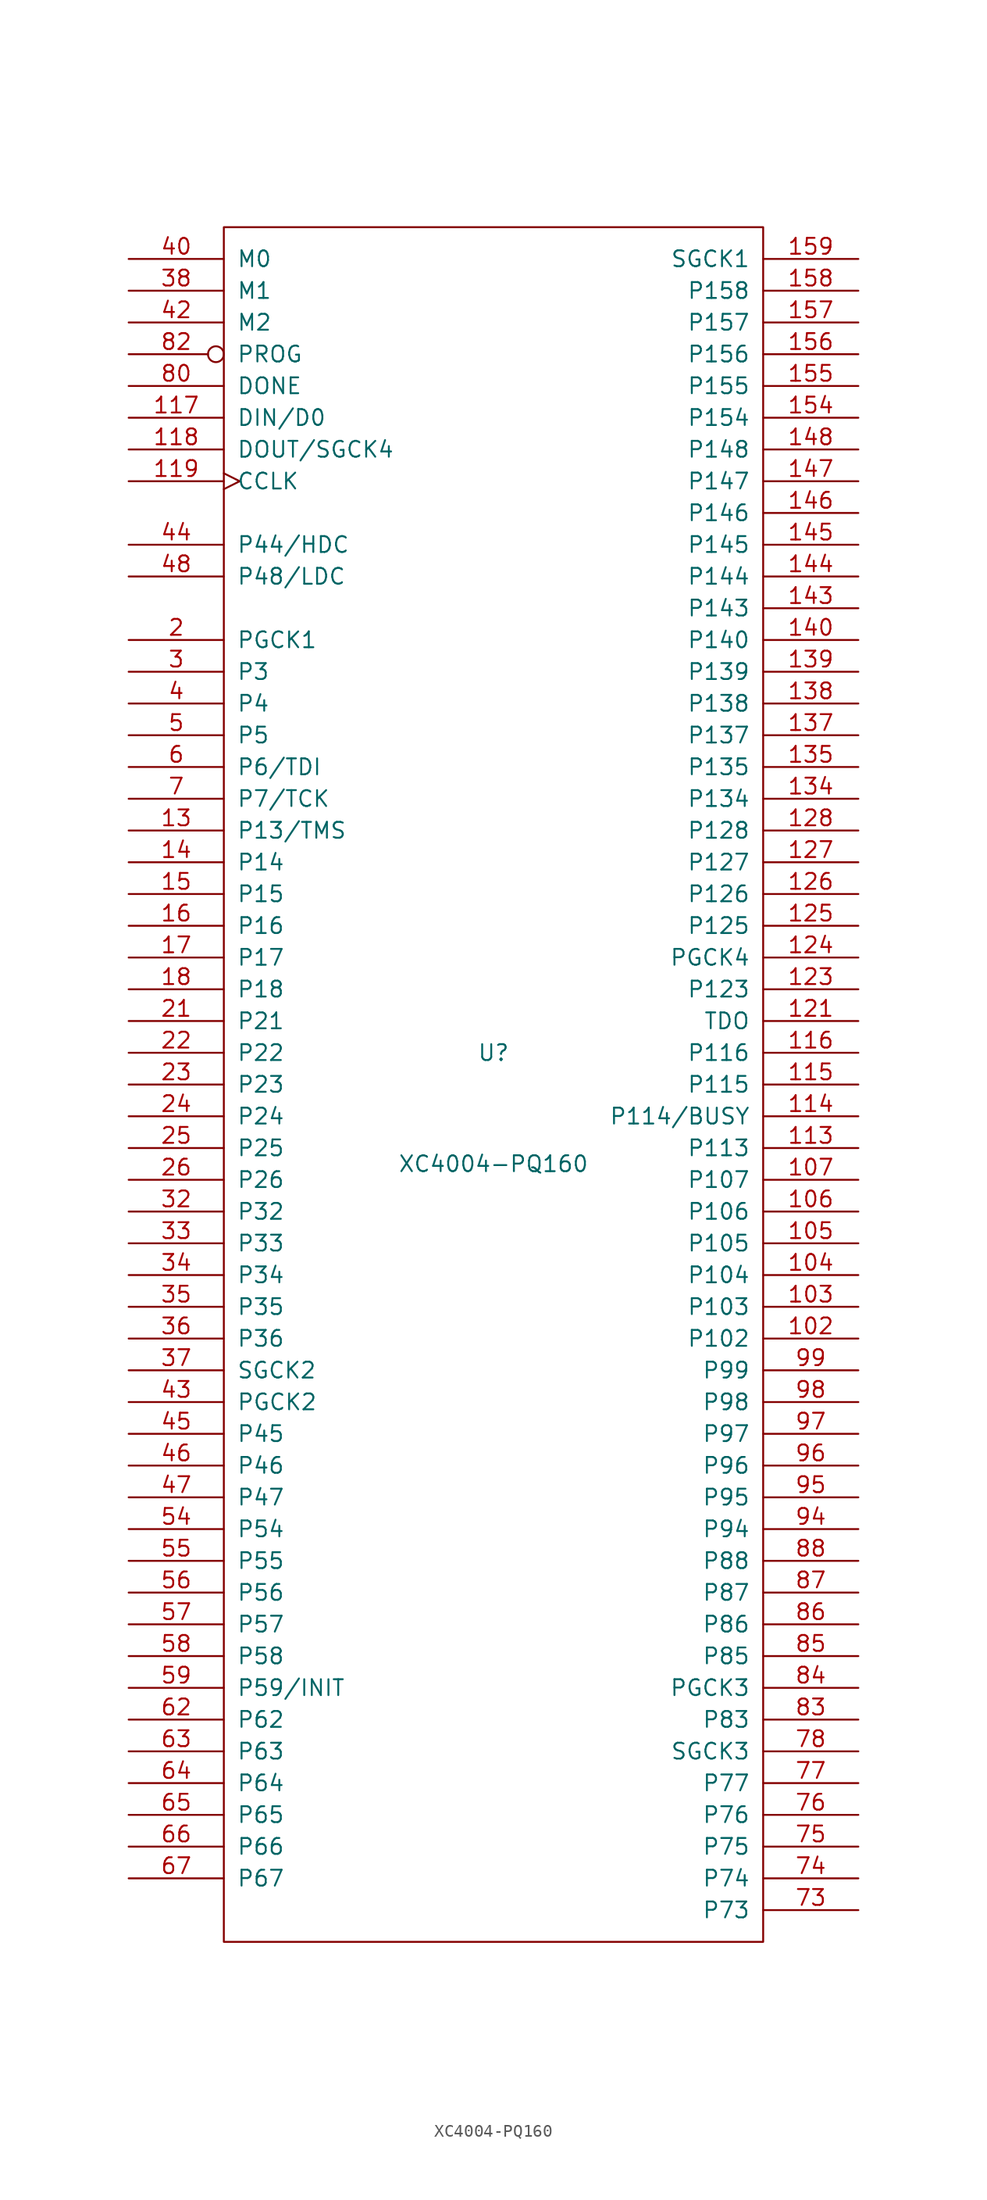
<source format=kicad_sym>
(kicad_symbol_lib
  (version 20211014)
  (generator kicad_symbol_editor)
  (symbol "XC4004-PQ160"
    (pin_names
      (offset 1.016))
    (property "Reference" "U"
      (at 0 2.54 0)
      (effects (font (size 1.27 1.27))))
    (property "Value" "XC4004-PQ160"
      (at 0 -6.35 0)
      (effects (font (size 1.27 1.27))))
    (symbol "XC4004-PQ160_0_1"
      (rectangle (start -21.59 -68.58) (end 21.59 68.58) (stroke (width 0) (type default) (color 0 0 0 0)) (fill (type none))))
    (symbol "XC4004-PQ160_1_1"
      (pin power_in line (at -19.05 -68.58 90) (length 0) hide (name "GND" (effects (font (size 1.27 1.27)))) (number "1" (effects (font (size 1.27 1.27)))))
      (pin power_in line (at -16.51 -68.58 90) (length 0) hide (name "GND" (effects (font (size 1.27 1.27)))) (number "10" (effects (font (size 1.27 1.27)))))
      (pin power_in line (at 2.54 68.58 270) (length 0) hide (name "VCC" (effects (font (size 1.27 1.27)))) (number "100" (effects (font (size 1.27 1.27)))))
      (pin power_in line (at 6.35 -68.58 90) (length 0) hide (name "GND" (effects (font (size 1.27 1.27)))) (number "101" (effects (font (size 1.27 1.27)))))
      (pin bidirectional line (at 29.21 -20.32 180) (length 7.62) (name "P102" (effects (font (size 1.27 1.27)))) (number "102" (effects (font (size 1.27 1.27)))))
      (pin bidirectional line (at 29.21 -17.78 180) (length 7.62) (name "P103" (effects (font (size 1.27 1.27)))) (number "103" (effects (font (size 1.27 1.27)))))
      (pin bidirectional line (at 29.21 -15.24 180) (length 7.62) (name "P104" (effects (font (size 1.27 1.27)))) (number "104" (effects (font (size 1.27 1.27)))))
      (pin bidirectional line (at 29.21 -12.7 180) (length 7.62) (name "P105" (effects (font (size 1.27 1.27)))) (number "105" (effects (font (size 1.27 1.27)))))
      (pin bidirectional line (at 29.21 -10.16 180) (length 7.62) (name "P106" (effects (font (size 1.27 1.27)))) (number "106" (effects (font (size 1.27 1.27)))))
      (pin bidirectional line (at 29.21 -7.62 180) (length 7.62) (name "P107" (effects (font (size 1.27 1.27)))) (number "107" (effects (font (size 1.27 1.27)))))
      (pin power_in line (at 8.89 -68.58 90) (length 0) hide (name "GND" (effects (font (size 1.27 1.27)))) (number "110" (effects (font (size 1.27 1.27)))))
      (pin bidirectional line (at 29.21 -5.08 180) (length 7.62) (name "P113" (effects (font (size 1.27 1.27)))) (number "113" (effects (font (size 1.27 1.27)))))
      (pin bidirectional line (at 29.21 -2.54 180) (length 7.62) (name "P114/BUSY" (effects (font (size 1.27 1.27)))) (number "114" (effects (font (size 1.27 1.27)))))
      (pin bidirectional line (at 29.21 0 180) (length 7.62) (name "P115" (effects (font (size 1.27 1.27)))) (number "115" (effects (font (size 1.27 1.27)))))
      (pin bidirectional line (at 29.21 2.54 180) (length 7.62) (name "P116" (effects (font (size 1.27 1.27)))) (number "116" (effects (font (size 1.27 1.27)))))
      (pin bidirectional line (at -29.21 53.34 0) (length 7.62) (name "DIN/D0" (effects (font (size 1.27 1.27)))) (number "117" (effects (font (size 1.27 1.27)))))
      (pin bidirectional line (at -29.21 50.8 0) (length 7.62) (name "DOUT/SGCK4" (effects (font (size 1.27 1.27)))) (number "118" (effects (font (size 1.27 1.27)))))
      (pin input clock (at -29.21 48.26 0) (length 7.62) (name "CCLK" (effects (font (size 1.27 1.27)))) (number "119" (effects (font (size 1.27 1.27)))))
      (pin power_in line (at 5.08 68.58 270) (length 0) hide (name "VCC" (effects (font (size 1.27 1.27)))) (number "120" (effects (font (size 1.27 1.27)))))
      (pin output line (at 29.21 5.08 180) (length 7.62) (name "TDO" (effects (font (size 1.27 1.27)))) (number "121" (effects (font (size 1.27 1.27)))))
      (pin power_in line (at 11.43 -68.58 90) (length 0) hide (name "GND" (effects (font (size 1.27 1.27)))) (number "122" (effects (font (size 1.27 1.27)))))
      (pin bidirectional line (at 29.21 7.62 180) (length 7.62) (name "P123" (effects (font (size 1.27 1.27)))) (number "123" (effects (font (size 1.27 1.27)))))
      (pin bidirectional line (at 29.21 10.16 180) (length 7.62) (name "PGCK4" (effects (font (size 1.27 1.27)))) (number "124" (effects (font (size 1.27 1.27)))))
      (pin bidirectional line (at 29.21 12.7 180) (length 7.62) (name "P125" (effects (font (size 1.27 1.27)))) (number "125" (effects (font (size 1.27 1.27)))))
      (pin bidirectional line (at 29.21 15.24 180) (length 7.62) (name "P126" (effects (font (size 1.27 1.27)))) (number "126" (effects (font (size 1.27 1.27)))))
      (pin bidirectional line (at 29.21 17.78 180) (length 7.62) (name "P127" (effects (font (size 1.27 1.27)))) (number "127" (effects (font (size 1.27 1.27)))))
      (pin bidirectional line (at 29.21 20.32 180) (length 7.62) (name "P128" (effects (font (size 1.27 1.27)))) (number "128" (effects (font (size 1.27 1.27)))))
      (pin bidirectional line (at -29.21 20.32 0) (length 7.62) (name "P13/TMS" (effects (font (size 1.27 1.27)))) (number "13" (effects (font (size 1.27 1.27)))))
      (pin power_in line (at 13.97 -68.58 90) (length 0) hide (name "GND" (effects (font (size 1.27 1.27)))) (number "131" (effects (font (size 1.27 1.27)))))
      (pin bidirectional line (at 29.21 22.86 180) (length 7.62) (name "P134" (effects (font (size 1.27 1.27)))) (number "134" (effects (font (size 1.27 1.27)))))
      (pin bidirectional line (at 29.21 25.4 180) (length 7.62) (name "P135" (effects (font (size 1.27 1.27)))) (number "135" (effects (font (size 1.27 1.27)))))
      (pin bidirectional line (at 29.21 27.94 180) (length 7.62) (name "P137" (effects (font (size 1.27 1.27)))) (number "137" (effects (font (size 1.27 1.27)))))
      (pin bidirectional line (at 29.21 30.48 180) (length 7.62) (name "P138" (effects (font (size 1.27 1.27)))) (number "138" (effects (font (size 1.27 1.27)))))
      (pin bidirectional line (at 29.21 33.02 180) (length 7.62) (name "P139" (effects (font (size 1.27 1.27)))) (number "139" (effects (font (size 1.27 1.27)))))
      (pin bidirectional line (at -29.21 17.78 0) (length 7.62) (name "P14" (effects (font (size 1.27 1.27)))) (number "14" (effects (font (size 1.27 1.27)))))
      (pin bidirectional line (at 29.21 35.56 180) (length 7.62) (name "P140" (effects (font (size 1.27 1.27)))) (number "140" (effects (font (size 1.27 1.27)))))
      (pin power_in line (at 16.51 -68.58 90) (length 0) hide (name "GND" (effects (font (size 1.27 1.27)))) (number "141" (effects (font (size 1.27 1.27)))))
      (pin power_in line (at 7.62 68.58 270) (length 0) hide (name "VCC" (effects (font (size 1.27 1.27)))) (number "142" (effects (font (size 1.27 1.27)))))
      (pin bidirectional line (at 29.21 38.1 180) (length 7.62) (name "P143" (effects (font (size 1.27 1.27)))) (number "143" (effects (font (size 1.27 1.27)))))
      (pin bidirectional line (at 29.21 40.64 180) (length 7.62) (name "P144" (effects (font (size 1.27 1.27)))) (number "144" (effects (font (size 1.27 1.27)))))
      (pin bidirectional line (at 29.21 43.18 180) (length 7.62) (name "P145" (effects (font (size 1.27 1.27)))) (number "145" (effects (font (size 1.27 1.27)))))
      (pin bidirectional line (at 29.21 45.72 180) (length 7.62) (name "P146" (effects (font (size 1.27 1.27)))) (number "146" (effects (font (size 1.27 1.27)))))
      (pin bidirectional line (at 29.21 48.26 180) (length 7.62) (name "P147" (effects (font (size 1.27 1.27)))) (number "147" (effects (font (size 1.27 1.27)))))
      (pin bidirectional line (at 29.21 50.8 180) (length 7.62) (name "P148" (effects (font (size 1.27 1.27)))) (number "148" (effects (font (size 1.27 1.27)))))
      (pin bidirectional line (at -29.21 15.24 0) (length 7.62) (name "P15" (effects (font (size 1.27 1.27)))) (number "15" (effects (font (size 1.27 1.27)))))
      (pin power_in line (at 19.05 -68.58 90) (length 0) hide (name "GND" (effects (font (size 1.27 1.27)))) (number "151" (effects (font (size 1.27 1.27)))))
      (pin bidirectional line (at 29.21 53.34 180) (length 7.62) (name "P154" (effects (font (size 1.27 1.27)))) (number "154" (effects (font (size 1.27 1.27)))))
      (pin bidirectional line (at 29.21 55.88 180) (length 7.62) (name "P155" (effects (font (size 1.27 1.27)))) (number "155" (effects (font (size 1.27 1.27)))))
      (pin bidirectional line (at 29.21 58.42 180) (length 7.62) (name "P156" (effects (font (size 1.27 1.27)))) (number "156" (effects (font (size 1.27 1.27)))))
      (pin bidirectional line (at 29.21 60.96 180) (length 7.62) (name "P157" (effects (font (size 1.27 1.27)))) (number "157" (effects (font (size 1.27 1.27)))))
      (pin bidirectional line (at 29.21 63.5 180) (length 7.62) (name "P158" (effects (font (size 1.27 1.27)))) (number "158" (effects (font (size 1.27 1.27)))))
      (pin bidirectional line (at 29.21 66.04 180) (length 7.62) (name "SGCK1" (effects (font (size 1.27 1.27)))) (number "159" (effects (font (size 1.27 1.27)))))
      (pin bidirectional line (at -29.21 12.7 0) (length 7.62) (name "P16" (effects (font (size 1.27 1.27)))) (number "16" (effects (font (size 1.27 1.27)))))
      (pin power_in line (at 10.16 68.58 270) (length 0) hide (name "VCC" (effects (font (size 1.27 1.27)))) (number "160" (effects (font (size 1.27 1.27)))))
      (pin bidirectional line (at -29.21 10.16 0) (length 7.62) (name "P17" (effects (font (size 1.27 1.27)))) (number "17" (effects (font (size 1.27 1.27)))))
      (pin bidirectional line (at -29.21 7.62 0) (length 7.62) (name "P18" (effects (font (size 1.27 1.27)))) (number "18" (effects (font (size 1.27 1.27)))))
      (pin power_in line (at -13.97 -68.58 90) (length 0) hide (name "GND" (effects (font (size 1.27 1.27)))) (number "19" (effects (font (size 1.27 1.27)))))
      (pin bidirectional line (at -29.21 35.56 0) (length 7.62) (name "PGCK1" (effects (font (size 1.27 1.27)))) (number "2" (effects (font (size 1.27 1.27)))))
      (pin power_in line (at -7.62 68.58 270) (length 0) hide (name "VCC" (effects (font (size 1.27 1.27)))) (number "20" (effects (font (size 1.27 1.27)))))
      (pin bidirectional line (at -29.21 5.08 0) (length 7.62) (name "P21" (effects (font (size 1.27 1.27)))) (number "21" (effects (font (size 1.27 1.27)))))
      (pin bidirectional line (at -29.21 2.54 0) (length 7.62) (name "P22" (effects (font (size 1.27 1.27)))) (number "22" (effects (font (size 1.27 1.27)))))
      (pin bidirectional line (at -29.21 0 0) (length 7.62) (name "P23" (effects (font (size 1.27 1.27)))) (number "23" (effects (font (size 1.27 1.27)))))
      (pin bidirectional line (at -29.21 -2.54 0) (length 7.62) (name "P24" (effects (font (size 1.27 1.27)))) (number "24" (effects (font (size 1.27 1.27)))))
      (pin bidirectional line (at -29.21 -5.08 0) (length 7.62) (name "P25" (effects (font (size 1.27 1.27)))) (number "25" (effects (font (size 1.27 1.27)))))
      (pin bidirectional line (at -29.21 -7.62 0) (length 7.62) (name "P26" (effects (font (size 1.27 1.27)))) (number "26" (effects (font (size 1.27 1.27)))))
      (pin power_in line (at -11.43 -68.58 90) (length 0) hide (name "GND" (effects (font (size 1.27 1.27)))) (number "29" (effects (font (size 1.27 1.27)))))
      (pin bidirectional line (at -29.21 33.02 0) (length 7.62) (name "P3" (effects (font (size 1.27 1.27)))) (number "3" (effects (font (size 1.27 1.27)))))
      (pin bidirectional line (at -29.21 -10.16 0) (length 7.62) (name "P32" (effects (font (size 1.27 1.27)))) (number "32" (effects (font (size 1.27 1.27)))))
      (pin bidirectional line (at -29.21 -12.7 0) (length 7.62) (name "P33" (effects (font (size 1.27 1.27)))) (number "33" (effects (font (size 1.27 1.27)))))
      (pin bidirectional line (at -29.21 -15.24 0) (length 7.62) (name "P34" (effects (font (size 1.27 1.27)))) (number "34" (effects (font (size 1.27 1.27)))))
      (pin bidirectional line (at -29.21 -17.78 0) (length 7.62) (name "P35" (effects (font (size 1.27 1.27)))) (number "35" (effects (font (size 1.27 1.27)))))
      (pin bidirectional line (at -29.21 -20.32 0) (length 7.62) (name "P36" (effects (font (size 1.27 1.27)))) (number "36" (effects (font (size 1.27 1.27)))))
      (pin bidirectional line (at -29.21 -22.86 0) (length 7.62) (name "SGCK2" (effects (font (size 1.27 1.27)))) (number "37" (effects (font (size 1.27 1.27)))))
      (pin input line (at -29.21 63.5 0) (length 7.62) (name "M1" (effects (font (size 1.27 1.27)))) (number "38" (effects (font (size 1.27 1.27)))))
      (pin power_in line (at -8.89 -68.58 90) (length 0) hide (name "GND" (effects (font (size 1.27 1.27)))) (number "39" (effects (font (size 1.27 1.27)))))
      (pin bidirectional line (at -29.21 30.48 0) (length 7.62) (name "P4" (effects (font (size 1.27 1.27)))) (number "4" (effects (font (size 1.27 1.27)))))
      (pin input line (at -29.21 66.04 0) (length 7.62) (name "M0" (effects (font (size 1.27 1.27)))) (number "40" (effects (font (size 1.27 1.27)))))
      (pin power_in line (at -5.08 68.58 270) (length 0) hide (name "VCC" (effects (font (size 1.27 1.27)))) (number "41" (effects (font (size 1.27 1.27)))))
      (pin input line (at -29.21 60.96 0) (length 7.62) (name "M2" (effects (font (size 1.27 1.27)))) (number "42" (effects (font (size 1.27 1.27)))))
      (pin bidirectional line (at -29.21 -25.4 0) (length 7.62) (name "PGCK2" (effects (font (size 1.27 1.27)))) (number "43" (effects (font (size 1.27 1.27)))))
      (pin bidirectional line (at -29.21 43.18 0) (length 7.62) (name "P44/HDC" (effects (font (size 1.27 1.27)))) (number "44" (effects (font (size 1.27 1.27)))))
      (pin bidirectional line (at -29.21 -27.94 0) (length 7.62) (name "P45" (effects (font (size 1.27 1.27)))) (number "45" (effects (font (size 1.27 1.27)))))
      (pin bidirectional line (at -29.21 -30.48 0) (length 7.62) (name "P46" (effects (font (size 1.27 1.27)))) (number "46" (effects (font (size 1.27 1.27)))))
      (pin bidirectional line (at -29.21 -33.02 0) (length 7.62) (name "P47" (effects (font (size 1.27 1.27)))) (number "47" (effects (font (size 1.27 1.27)))))
      (pin bidirectional line (at -29.21 40.64 0) (length 7.62) (name "P48/LDC" (effects (font (size 1.27 1.27)))) (number "48" (effects (font (size 1.27 1.27)))))
      (pin bidirectional line (at -29.21 27.94 0) (length 7.62) (name "P5" (effects (font (size 1.27 1.27)))) (number "5" (effects (font (size 1.27 1.27)))))
      (pin power_in line (at -6.35 -68.58 90) (length 0) hide (name "GND" (effects (font (size 1.27 1.27)))) (number "51" (effects (font (size 1.27 1.27)))))
      (pin bidirectional line (at -29.21 -35.56 0) (length 7.62) (name "P54" (effects (font (size 1.27 1.27)))) (number "54" (effects (font (size 1.27 1.27)))))
      (pin bidirectional line (at -29.21 -38.1 0) (length 7.62) (name "P55" (effects (font (size 1.27 1.27)))) (number "55" (effects (font (size 1.27 1.27)))))
      (pin bidirectional line (at -29.21 -40.64 0) (length 7.62) (name "P56" (effects (font (size 1.27 1.27)))) (number "56" (effects (font (size 1.27 1.27)))))
      (pin bidirectional line (at -29.21 -43.18 0) (length 7.62) (name "P57" (effects (font (size 1.27 1.27)))) (number "57" (effects (font (size 1.27 1.27)))))
      (pin bidirectional line (at -29.21 -45.72 0) (length 7.62) (name "P58" (effects (font (size 1.27 1.27)))) (number "58" (effects (font (size 1.27 1.27)))))
      (pin bidirectional line (at -29.21 -48.26 0) (length 7.62) (name "P59/INIT" (effects (font (size 1.27 1.27)))) (number "59" (effects (font (size 1.27 1.27)))))
      (pin bidirectional line (at -29.21 25.4 0) (length 7.62) (name "P6/TDI" (effects (font (size 1.27 1.27)))) (number "6" (effects (font (size 1.27 1.27)))))
      (pin power_in line (at -2.54 68.58 270) (length 0) hide (name "VCC" (effects (font (size 1.27 1.27)))) (number "60" (effects (font (size 1.27 1.27)))))
      (pin power_in line (at -3.81 -68.58 90) (length 0) hide (name "GND" (effects (font (size 1.27 1.27)))) (number "61" (effects (font (size 1.27 1.27)))))
      (pin bidirectional line (at -29.21 -50.8 0) (length 7.62) (name "P62" (effects (font (size 1.27 1.27)))) (number "62" (effects (font (size 1.27 1.27)))))
      (pin bidirectional line (at -29.21 -53.34 0) (length 7.62) (name "P63" (effects (font (size 1.27 1.27)))) (number "63" (effects (font (size 1.27 1.27)))))
      (pin bidirectional line (at -29.21 -55.88 0) (length 7.62) (name "P64" (effects (font (size 1.27 1.27)))) (number "64" (effects (font (size 1.27 1.27)))))
      (pin bidirectional line (at -29.21 -58.42 0) (length 7.62) (name "P65" (effects (font (size 1.27 1.27)))) (number "65" (effects (font (size 1.27 1.27)))))
      (pin bidirectional line (at -29.21 -60.96 0) (length 7.62) (name "P66" (effects (font (size 1.27 1.27)))) (number "66" (effects (font (size 1.27 1.27)))))
      (pin bidirectional line (at -29.21 -63.5 0) (length 7.62) (name "P67" (effects (font (size 1.27 1.27)))) (number "67" (effects (font (size 1.27 1.27)))))
      (pin bidirectional line (at -29.21 22.86 0) (length 7.62) (name "P7/TCK" (effects (font (size 1.27 1.27)))) (number "7" (effects (font (size 1.27 1.27)))))
      (pin power_in line (at -1.27 -68.58 90) (length 0) hide (name "GND" (effects (font (size 1.27 1.27)))) (number "70" (effects (font (size 1.27 1.27)))))
      (pin bidirectional line (at 29.21 -66.04 180) (length 7.62) (name "P73" (effects (font (size 1.27 1.27)))) (number "73" (effects (font (size 1.27 1.27)))))
      (pin bidirectional line (at 29.21 -63.5 180) (length 7.62) (name "P74" (effects (font (size 1.27 1.27)))) (number "74" (effects (font (size 1.27 1.27)))))
      (pin bidirectional line (at 29.21 -60.96 180) (length 7.62) (name "P75" (effects (font (size 1.27 1.27)))) (number "75" (effects (font (size 1.27 1.27)))))
      (pin bidirectional line (at 29.21 -58.42 180) (length 7.62) (name "P76" (effects (font (size 1.27 1.27)))) (number "76" (effects (font (size 1.27 1.27)))))
      (pin bidirectional line (at 29.21 -55.88 180) (length 7.62) (name "P77" (effects (font (size 1.27 1.27)))) (number "77" (effects (font (size 1.27 1.27)))))
      (pin bidirectional line (at 29.21 -53.34 180) (length 7.62) (name "SGCK3" (effects (font (size 1.27 1.27)))) (number "78" (effects (font (size 1.27 1.27)))))
      (pin power_in line (at 1.27 -68.58 90) (length 0) hide (name "GND" (effects (font (size 1.27 1.27)))) (number "79" (effects (font (size 1.27 1.27)))))
      (pin input line (at -29.21 55.88 0) (length 7.62) (name "DONE" (effects (font (size 1.27 1.27)))) (number "80" (effects (font (size 1.27 1.27)))))
      (pin power_in line (at 0 68.58 270) (length 0) hide (name "VCC" (effects (font (size 1.27 1.27)))) (number "81" (effects (font (size 1.27 1.27)))))
      (pin input inverted (at -29.21 58.42 0) (length 7.62) (name "PROG" (effects (font (size 1.27 1.27)))) (number "82" (effects (font (size 1.27 1.27)))))
      (pin bidirectional line (at 29.21 -50.8 180) (length 7.62) (name "P83" (effects (font (size 1.27 1.27)))) (number "83" (effects (font (size 1.27 1.27)))))
      (pin bidirectional line (at 29.21 -48.26 180) (length 7.62) (name "PGCK3" (effects (font (size 1.27 1.27)))) (number "84" (effects (font (size 1.27 1.27)))))
      (pin bidirectional line (at 29.21 -45.72 180) (length 7.62) (name "P85" (effects (font (size 1.27 1.27)))) (number "85" (effects (font (size 1.27 1.27)))))
      (pin bidirectional line (at 29.21 -43.18 180) (length 7.62) (name "P86" (effects (font (size 1.27 1.27)))) (number "86" (effects (font (size 1.27 1.27)))))
      (pin bidirectional line (at 29.21 -40.64 180) (length 7.62) (name "P87" (effects (font (size 1.27 1.27)))) (number "87" (effects (font (size 1.27 1.27)))))
      (pin bidirectional line (at 29.21 -38.1 180) (length 7.62) (name "P88" (effects (font (size 1.27 1.27)))) (number "88" (effects (font (size 1.27 1.27)))))
      (pin power_in line (at 3.81 -68.58 90) (length 0) hide (name "GND" (effects (font (size 1.27 1.27)))) (number "91" (effects (font (size 1.27 1.27)))))
      (pin bidirectional line (at 29.21 -35.56 180) (length 7.62) (name "P94" (effects (font (size 1.27 1.27)))) (number "94" (effects (font (size 1.27 1.27)))))
      (pin bidirectional line (at 29.21 -33.02 180) (length 7.62) (name "P95" (effects (font (size 1.27 1.27)))) (number "95" (effects (font (size 1.27 1.27)))))
      (pin bidirectional line (at 29.21 -30.48 180) (length 7.62) (name "P96" (effects (font (size 1.27 1.27)))) (number "96" (effects (font (size 1.27 1.27)))))
      (pin bidirectional line (at 29.21 -27.94 180) (length 7.62) (name "P97" (effects (font (size 1.27 1.27)))) (number "97" (effects (font (size 1.27 1.27)))))
      (pin bidirectional line (at 29.21 -25.4 180) (length 7.62) (name "P98" (effects (font (size 1.27 1.27)))) (number "98" (effects (font (size 1.27 1.27)))))
      (pin bidirectional line (at 29.21 -22.86 180) (length 7.62) (name "P99" (effects (font (size 1.27 1.27)))) (number "99" (effects (font (size 1.27 1.27))))))))
</source>
